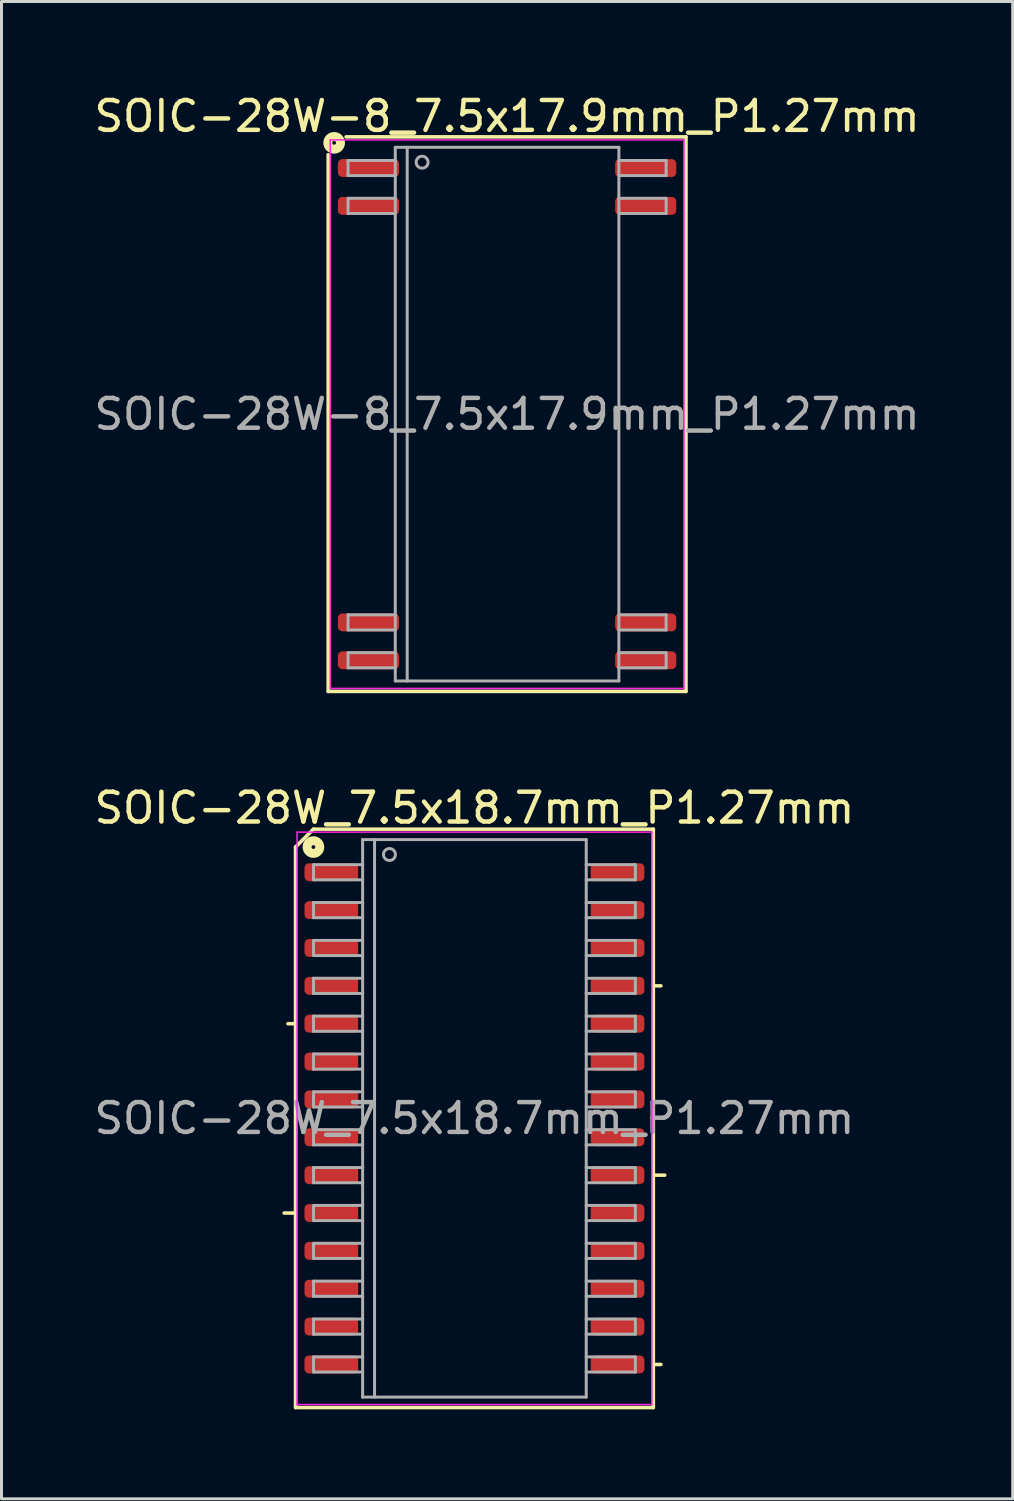
<source format=kicad_pcb>
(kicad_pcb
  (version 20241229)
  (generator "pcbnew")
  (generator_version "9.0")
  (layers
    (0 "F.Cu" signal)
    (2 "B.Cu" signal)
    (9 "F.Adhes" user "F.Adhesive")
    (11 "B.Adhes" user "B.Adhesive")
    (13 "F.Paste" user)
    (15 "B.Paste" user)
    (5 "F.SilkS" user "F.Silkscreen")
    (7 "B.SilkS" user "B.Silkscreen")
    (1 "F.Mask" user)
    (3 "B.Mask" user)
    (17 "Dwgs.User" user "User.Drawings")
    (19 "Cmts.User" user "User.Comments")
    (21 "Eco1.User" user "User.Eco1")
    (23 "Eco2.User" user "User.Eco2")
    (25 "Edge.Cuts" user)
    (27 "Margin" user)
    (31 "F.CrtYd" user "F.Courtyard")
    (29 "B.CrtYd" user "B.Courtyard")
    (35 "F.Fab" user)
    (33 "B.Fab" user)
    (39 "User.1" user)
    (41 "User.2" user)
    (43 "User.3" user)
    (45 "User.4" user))
  (footprint "SOIC-28W-8_7.5x17.9mm_P1.27mm"
    (layer "F.Cu")
    (at 13.958 10.841)
    (property "Reference" "SOIC-28W-8_7.5x17.9mm_P1.27mm" (at 0 -9.992 0) (layer "F.SilkS") (effects (font (size 1 1) (thickness 0.15))))
    (attr smd)
    (fp_line (start -6 -8.7) (end -6 9.3) (stroke (width 0.12) (type solid)) (layer "F.SilkS"))
    (fp_line (start -6 9.3) (end 6 9.3) (stroke (width 0.12) (type solid)) (layer "F.SilkS"))
    (fp_line (start 6 -9.3) (end -5.4 -9.3) (stroke (width 0.12) (type solid)) (layer "F.SilkS"))
    (fp_line (start 6 9.3) (end 6 -9.3) (stroke (width 0.12) (type solid)) (layer "F.SilkS"))
    (fp_circle (center -5.8 -9.1) (end -5.737 -9.1) (stroke (width 0.3) (type solid)) (fill no) (layer "F.SilkS"))
    (fp_line (start -5.93 -9.2) (end -5.93 9.2) (stroke (width 0.05) (type solid)) (layer "F.CrtYd"))
    (fp_line (start -5.93 9.2) (end 5.93 9.2) (stroke (width 0.05) (type solid)) (layer "F.CrtYd"))
    (fp_line (start 5.93 -9.2) (end -5.93 -9.2) (stroke (width 0.05) (type solid)) (layer "F.CrtYd"))
    (fp_line (start 5.93 9.2) (end 5.93 -9.2) (stroke (width 0.05) (type solid)) (layer "F.CrtYd"))
    (fp_line (start -5.334 -8.509) (end -5.334 -8.001) (stroke (width 0.1) (type solid)) (layer "F.Fab"))
    (fp_line (start -5.334 -8.509) (end -3.747 -8.509) (stroke (width 0.1) (type solid)) (layer "F.Fab"))
    (fp_line (start -5.334 -8.001) (end -3.747 -8.001) (stroke (width 0.1) (type solid)) (layer "F.Fab"))
    (fp_line (start -5.334 -7.239) (end -5.334 -6.731) (stroke (width 0.1) (type solid)) (layer "F.Fab"))
    (fp_line (start -5.334 -7.239) (end -3.747 -7.239) (stroke (width 0.1) (type solid)) (layer "F.Fab"))
    (fp_line (start -5.334 -6.731) (end -3.747 -6.731) (stroke (width 0.1) (type solid)) (layer "F.Fab"))
    (fp_line (start -5.334 6.731) (end -5.334 7.239) (stroke (width 0.1) (type solid)) (layer "F.Fab"))
    (fp_line (start -5.334 6.731) (end -3.747 6.731) (stroke (width 0.1) (type solid)) (layer "F.Fab"))
    (fp_line (start -5.334 7.239) (end -3.747 7.239) (stroke (width 0.1) (type solid)) (layer "F.Fab"))
    (fp_line (start -5.334 8.001) (end -5.334 8.509) (stroke (width 0.1) (type solid)) (layer "F.Fab"))
    (fp_line (start -5.334 8.001) (end -3.747 8.001) (stroke (width 0.1) (type solid)) (layer "F.Fab"))
    (fp_line (start -5.334 8.509) (end -3.747 8.509) (stroke (width 0.1) (type solid)) (layer "F.Fab"))
    (fp_line (start -3.75 -8.95) (end 3.75 -8.95) (stroke (width 0.1) (type solid)) (layer "F.Fab"))
    (fp_line (start -3.75 8.95) (end -3.75 -8.95) (stroke (width 0.1) (type solid)) (layer "F.Fab"))
    (fp_line (start -3.35 -8.95) (end -3.35 8.95) (stroke (width 0.1) (type solid)) (layer "F.Fab"))
    (fp_line (start 3.75 -8.95) (end 3.75 8.95) (stroke (width 0.1) (type solid)) (layer "F.Fab"))
    (fp_line (start 3.75 8.95) (end -3.75 8.95) (stroke (width 0.1) (type solid)) (layer "F.Fab"))
    (fp_line (start 5.334 -8.509) (end 3.747 -8.509) (stroke (width 0.1) (type solid)) (layer "F.Fab"))
    (fp_line (start 5.334 -8.001) (end 3.747 -8.001) (stroke (width 0.1) (type solid)) (layer "F.Fab"))
    (fp_line (start 5.334 -8.001) (end 5.334 -8.509) (stroke (width 0.1) (type solid)) (layer "F.Fab"))
    (fp_line (start 5.334 -7.239) (end 3.747 -7.239) (stroke (width 0.1) (type solid)) (layer "F.Fab"))
    (fp_line (start 5.334 -6.731) (end 3.747 -6.731) (stroke (width 0.1) (type solid)) (layer "F.Fab"))
    (fp_line (start 5.334 -6.731) (end 5.334 -7.239) (stroke (width 0.1) (type solid)) (layer "F.Fab"))
    (fp_line (start 5.334 6.731) (end 3.747 6.731) (stroke (width 0.1) (type solid)) (layer "F.Fab"))
    (fp_line (start 5.334 7.239) (end 3.747 7.239) (stroke (width 0.1) (type solid)) (layer "F.Fab"))
    (fp_line (start 5.334 7.239) (end 5.334 6.731) (stroke (width 0.1) (type solid)) (layer "F.Fab"))
    (fp_line (start 5.334 8.001) (end 3.747 8.001) (stroke (width 0.1) (type solid)) (layer "F.Fab"))
    (fp_line (start 5.334 8.509) (end 3.747 8.509) (stroke (width 0.1) (type solid)) (layer "F.Fab"))
    (fp_line (start 5.334 8.509) (end 5.334 8.001) (stroke (width 0.1) (type solid)) (layer "F.Fab"))
    (fp_circle (center -2.85 -8.45) (end -2.65 -8.45) (stroke (width 0.1) (type solid)) (fill no) (layer "F.Fab"))
    (fp_text user "${REFERENCE}" (at 0 0 0) (layer "F.Fab") (effects (font (size 1 1) (thickness 0.15))))
    (pad "1" smd roundrect (at -4.65 -8.255) (size 2.05 0.6) (layers "F.Cu" "F.Mask" "F.Paste") (roundrect_rratio 0.25))
    (pad "2" smd roundrect (at -4.65 -6.985) (size 2.05 0.6) (layers "F.Cu" "F.Mask" "F.Paste") (roundrect_rratio 0.25))
    (pad "13" smd roundrect (at -4.65 6.985) (size 2.05 0.6) (layers "F.Cu" "F.Mask" "F.Paste") (roundrect_rratio 0.25))
    (pad "14" smd roundrect (at -4.65 8.255) (size 2.05 0.6) (layers "F.Cu" "F.Mask" "F.Paste") (roundrect_rratio 0.25))
    (pad "15" smd roundrect (at 4.65 8.255) (size 2.05 0.6) (layers "F.Cu" "F.Mask" "F.Paste") (roundrect_rratio 0.25))
    (pad "16" smd roundrect (at 4.65 6.985) (size 2.05 0.6) (layers "F.Cu" "F.Mask" "F.Paste") (roundrect_rratio 0.25))
    (pad "27" smd roundrect (at 4.65 -6.985) (size 2.05 0.6) (layers "F.Cu" "F.Mask" "F.Paste") (roundrect_rratio 0.25))
    (pad "28" smd roundrect (at 4.65 -8.255) (size 2.05 0.6) (layers "F.Cu" "F.Mask" "F.Paste") (roundrect_rratio 0.25)))
  (footprint "SOIC-28W_7.5x18.7mm_P1.27mm"
    (layer "F.Cu")
    (at 12.863 34.461)
    (property "Reference" "SOIC-28W_7.5x18.7mm_P1.27mm" (at 0 -10.412 0) (layer "F.SilkS") (effects (font (size 1 1) (thickness 0.15))))
    (attr smd)
    (fp_line (start -6 -9.1) (end -6 9.7) (stroke (width 0.12) (type solid)) (layer "F.SilkS"))
    (fp_line (start -6 -9.1) (end -5.4 -9.7) (stroke (width 0.12) (type solid)) (layer "F.SilkS"))
    (fp_line (start -6 -3.175) (end -6.254 -3.175) (stroke (width 0.12) (type solid)) (layer "F.SilkS"))
    (fp_line (start -6 3.175) (end -6.381 3.175) (stroke (width 0.12) (type solid)) (layer "F.SilkS"))
    (fp_line (start -6 9.7) (end 6 9.7) (stroke (width 0.12) (type solid)) (layer "F.SilkS"))
    (fp_line (start 6 -9.7) (end -5.4 -9.7) (stroke (width 0.12) (type solid)) (layer "F.SilkS"))
    (fp_line (start 6 -4.445) (end 6.254 -4.445) (stroke (width 0.12) (type solid)) (layer "F.SilkS"))
    (fp_line (start 6 1.905) (end 6.381 1.905) (stroke (width 0.12) (type solid)) (layer "F.SilkS"))
    (fp_line (start 6 8.255) (end 6.254 8.255) (stroke (width 0.12) (type solid)) (layer "F.SilkS"))
    (fp_line (start 6 9.7) (end 6 -9.7) (stroke (width 0.12) (type solid)) (layer "F.SilkS"))
    (fp_circle (center -5.4 -9.1) (end -5.337 -9.1) (stroke (width 0.3) (type solid)) (fill no) (layer "F.SilkS"))
    (fp_line (start -5.95 -9.6) (end -5.95 9.6) (stroke (width 0.05) (type solid)) (layer "F.CrtYd"))
    (fp_line (start -5.95 9.6) (end 5.95 9.6) (stroke (width 0.05) (type solid)) (layer "F.CrtYd"))
    (fp_line (start 5.95 -9.6) (end -5.95 -9.6) (stroke (width 0.05) (type solid)) (layer "F.CrtYd"))
    (fp_line (start 5.95 9.6) (end 5.95 -9.6) (stroke (width 0.05) (type solid)) (layer "F.CrtYd"))
    (fp_line (start -5.397 -8.509) (end -5.397 -8.001) (stroke (width 0.1) (type solid)) (layer "F.Fab"))
    (fp_line (start -5.397 -8.509) (end -3.747 -8.509) (stroke (width 0.1) (type solid)) (layer "F.Fab"))
    (fp_line (start -5.397 -8.001) (end -3.747 -8.001) (stroke (width 0.1) (type solid)) (layer "F.Fab"))
    (fp_line (start -5.397 -7.239) (end -5.397 -6.731) (stroke (width 0.1) (type solid)) (layer "F.Fab"))
    (fp_line (start -5.397 -7.239) (end -3.747 -7.239) (stroke (width 0.1) (type solid)) (layer "F.Fab"))
    (fp_line (start -5.397 -6.731) (end -3.747 -6.731) (stroke (width 0.1) (type solid)) (layer "F.Fab"))
    (fp_line (start -5.397 -5.969) (end -5.397 -5.461) (stroke (width 0.1) (type solid)) (layer "F.Fab"))
    (fp_line (start -5.397 -5.969) (end -3.747 -5.969) (stroke (width 0.1) (type solid)) (layer "F.Fab"))
    (fp_line (start -5.397 -5.461) (end -3.747 -5.461) (stroke (width 0.1) (type solid)) (layer "F.Fab"))
    (fp_line (start -5.397 -4.699) (end -5.397 -4.191) (stroke (width 0.1) (type solid)) (layer "F.Fab"))
    (fp_line (start -5.397 -4.699) (end -3.747 -4.699) (stroke (width 0.1) (type solid)) (layer "F.Fab"))
    (fp_line (start -5.397 -4.191) (end -3.747 -4.191) (stroke (width 0.1) (type solid)) (layer "F.Fab"))
    (fp_line (start -5.397 -3.429) (end -5.397 -2.921) (stroke (width 0.1) (type solid)) (layer "F.Fab"))
    (fp_line (start -5.397 -3.429) (end -3.747 -3.429) (stroke (width 0.1) (type solid)) (layer "F.Fab"))
    (fp_line (start -5.397 -2.921) (end -3.747 -2.921) (stroke (width 0.1) (type solid)) (layer "F.Fab"))
    (fp_line (start -5.397 -2.159) (end -5.397 -1.651) (stroke (width 0.1) (type solid)) (layer "F.Fab"))
    (fp_line (start -5.397 -2.159) (end -3.747 -2.159) (stroke (width 0.1) (type solid)) (layer "F.Fab"))
    (fp_line (start -5.397 -1.651) (end -3.747 -1.651) (stroke (width 0.1) (type solid)) (layer "F.Fab"))
    (fp_line (start -5.397 -0.889) (end -5.397 -0.381) (stroke (width 0.1) (type solid)) (layer "F.Fab"))
    (fp_line (start -5.397 -0.889) (end -3.747 -0.889) (stroke (width 0.1) (type solid)) (layer "F.Fab"))
    (fp_line (start -5.397 -0.381) (end -3.747 -0.381) (stroke (width 0.1) (type solid)) (layer "F.Fab"))
    (fp_line (start -5.397 0.381) (end -5.397 0.889) (stroke (width 0.1) (type solid)) (layer "F.Fab"))
    (fp_line (start -5.397 0.381) (end -3.747 0.381) (stroke (width 0.1) (type solid)) (layer "F.Fab"))
    (fp_line (start -5.397 0.889) (end -3.747 0.889) (stroke (width 0.1) (type solid)) (layer "F.Fab"))
    (fp_line (start -5.397 1.651) (end -5.397 2.159) (stroke (width 0.1) (type solid)) (layer "F.Fab"))
    (fp_line (start -5.397 1.651) (end -3.747 1.651) (stroke (width 0.1) (type solid)) (layer "F.Fab"))
    (fp_line (start -5.397 2.159) (end -3.747 2.159) (stroke (width 0.1) (type solid)) (layer "F.Fab"))
    (fp_line (start -5.397 2.921) (end -5.397 3.429) (stroke (width 0.1) (type solid)) (layer "F.Fab"))
    (fp_line (start -5.397 2.921) (end -3.747 2.921) (stroke (width 0.1) (type solid)) (layer "F.Fab"))
    (fp_line (start -5.397 3.429) (end -3.747 3.429) (stroke (width 0.1) (type solid)) (layer "F.Fab"))
    (fp_line (start -5.397 4.191) (end -5.397 4.699) (stroke (width 0.1) (type solid)) (layer "F.Fab"))
    (fp_line (start -5.397 4.191) (end -3.747 4.191) (stroke (width 0.1) (type solid)) (layer "F.Fab"))
    (fp_line (start -5.397 4.699) (end -3.747 4.699) (stroke (width 0.1) (type solid)) (layer "F.Fab"))
    (fp_line (start -5.397 5.461) (end -5.397 5.969) (stroke (width 0.1) (type solid)) (layer "F.Fab"))
    (fp_line (start -5.397 5.461) (end -3.747 5.461) (stroke (width 0.1) (type solid)) (layer "F.Fab"))
    (fp_line (start -5.397 5.969) (end -3.747 5.969) (stroke (width 0.1) (type solid)) (layer "F.Fab"))
    (fp_line (start -5.397 6.731) (end -5.397 7.239) (stroke (width 0.1) (type solid)) (layer "F.Fab"))
    (fp_line (start -5.397 6.731) (end -3.747 6.731) (stroke (width 0.1) (type solid)) (layer "F.Fab"))
    (fp_line (start -5.397 7.239) (end -3.747 7.239) (stroke (width 0.1) (type solid)) (layer "F.Fab"))
    (fp_line (start -5.397 8.001) (end -5.397 8.509) (stroke (width 0.1) (type solid)) (layer "F.Fab"))
    (fp_line (start -5.397 8.001) (end -3.747 8.001) (stroke (width 0.1) (type solid)) (layer "F.Fab"))
    (fp_line (start -5.397 8.509) (end -3.747 8.509) (stroke (width 0.1) (type solid)) (layer "F.Fab"))
    (fp_line (start -3.75 -9.35) (end 3.75 -9.35) (stroke (width 0.1) (type solid)) (layer "F.Fab"))
    (fp_line (start -3.75 9.35) (end -3.75 -9.35) (stroke (width 0.1) (type solid)) (layer "F.Fab"))
    (fp_line (start -3.35 -9.35) (end -3.35 9.35) (stroke (width 0.1) (type solid)) (layer "F.Fab"))
    (fp_line (start 3.75 -9.35) (end 3.75 9.35) (stroke (width 0.1) (type solid)) (layer "F.Fab"))
    (fp_line (start 3.75 9.35) (end -3.75 9.35) (stroke (width 0.1) (type solid)) (layer "F.Fab"))
    (fp_line (start 5.397 -8.509) (end 3.747 -8.509) (stroke (width 0.1) (type solid)) (layer "F.Fab"))
    (fp_line (start 5.397 -8.001) (end 3.747 -8.001) (stroke (width 0.1) (type solid)) (layer "F.Fab"))
    (fp_line (start 5.397 -8.001) (end 5.397 -8.509) (stroke (width 0.1) (type solid)) (layer "F.Fab"))
    (fp_line (start 5.397 -7.239) (end 3.747 -7.239) (stroke (width 0.1) (type solid)) (layer "F.Fab"))
    (fp_line (start 5.397 -6.731) (end 3.747 -6.731) (stroke (width 0.1) (type solid)) (layer "F.Fab"))
    (fp_line (start 5.397 -6.731) (end 5.397 -7.239) (stroke (width 0.1) (type solid)) (layer "F.Fab"))
    (fp_line (start 5.397 -5.969) (end 3.747 -5.969) (stroke (width 0.1) (type solid)) (layer "F.Fab"))
    (fp_line (start 5.397 -5.461) (end 3.747 -5.461) (stroke (width 0.1) (type solid)) (layer "F.Fab"))
    (fp_line (start 5.397 -5.461) (end 5.397 -5.969) (stroke (width 0.1) (type solid)) (layer "F.Fab"))
    (fp_line (start 5.397 -4.699) (end 3.747 -4.699) (stroke (width 0.1) (type solid)) (layer "F.Fab"))
    (fp_line (start 5.397 -4.191) (end 3.747 -4.191) (stroke (width 0.1) (type solid)) (layer "F.Fab"))
    (fp_line (start 5.397 -4.191) (end 5.397 -4.699) (stroke (width 0.1) (type solid)) (layer "F.Fab"))
    (fp_line (start 5.397 -3.429) (end 3.747 -3.429) (stroke (width 0.1) (type solid)) (layer "F.Fab"))
    (fp_line (start 5.397 -2.921) (end 3.747 -2.921) (stroke (width 0.1) (type solid)) (layer "F.Fab"))
    (fp_line (start 5.397 -2.921) (end 5.397 -3.429) (stroke (width 0.1) (type solid)) (layer "F.Fab"))
    (fp_line (start 5.397 -2.159) (end 3.747 -2.159) (stroke (width 0.1) (type solid)) (layer "F.Fab"))
    (fp_line (start 5.397 -1.651) (end 3.747 -1.651) (stroke (width 0.1) (type solid)) (layer "F.Fab"))
    (fp_line (start 5.397 -1.651) (end 5.397 -2.159) (stroke (width 0.1) (type solid)) (layer "F.Fab"))
    (fp_line (start 5.397 -0.889) (end 3.747 -0.889) (stroke (width 0.1) (type solid)) (layer "F.Fab"))
    (fp_line (start 5.397 -0.381) (end 3.747 -0.381) (stroke (width 0.1) (type solid)) (layer "F.Fab"))
    (fp_line (start 5.397 -0.381) (end 5.397 -0.889) (stroke (width 0.1) (type solid)) (layer "F.Fab"))
    (fp_line (start 5.397 0.381) (end 3.747 0.381) (stroke (width 0.1) (type solid)) (layer "F.Fab"))
    (fp_line (start 5.397 0.889) (end 3.747 0.889) (stroke (width 0.1) (type solid)) (layer "F.Fab"))
    (fp_line (start 5.397 0.889) (end 5.397 0.381) (stroke (width 0.1) (type solid)) (layer "F.Fab"))
    (fp_line (start 5.397 1.651) (end 3.747 1.651) (stroke (width 0.1) (type solid)) (layer "F.Fab"))
    (fp_line (start 5.397 2.159) (end 3.747 2.159) (stroke (width 0.1) (type solid)) (layer "F.Fab"))
    (fp_line (start 5.397 2.159) (end 5.397 1.651) (stroke (width 0.1) (type solid)) (layer "F.Fab"))
    (fp_line (start 5.397 2.921) (end 3.747 2.921) (stroke (width 0.1) (type solid)) (layer "F.Fab"))
    (fp_line (start 5.397 3.429) (end 3.747 3.429) (stroke (width 0.1) (type solid)) (layer "F.Fab"))
    (fp_line (start 5.397 3.429) (end 5.397 2.921) (stroke (width 0.1) (type solid)) (layer "F.Fab"))
    (fp_line (start 5.397 4.191) (end 3.747 4.191) (stroke (width 0.1) (type solid)) (layer "F.Fab"))
    (fp_line (start 5.397 4.699) (end 3.747 4.699) (stroke (width 0.1) (type solid)) (layer "F.Fab"))
    (fp_line (start 5.397 4.699) (end 5.397 4.191) (stroke (width 0.1) (type solid)) (layer "F.Fab"))
    (fp_line (start 5.397 5.461) (end 3.747 5.461) (stroke (width 0.1) (type solid)) (layer "F.Fab"))
    (fp_line (start 5.397 5.969) (end 3.747 5.969) (stroke (width 0.1) (type solid)) (layer "F.Fab"))
    (fp_line (start 5.397 5.969) (end 5.397 5.461) (stroke (width 0.1) (type solid)) (layer "F.Fab"))
    (fp_line (start 5.397 6.731) (end 3.747 6.731) (stroke (width 0.1) (type solid)) (layer "F.Fab"))
    (fp_line (start 5.397 7.239) (end 3.747 7.239) (stroke (width 0.1) (type solid)) (layer "F.Fab"))
    (fp_line (start 5.397 7.239) (end 5.397 6.731) (stroke (width 0.1) (type solid)) (layer "F.Fab"))
    (fp_line (start 5.397 8.001) (end 3.747 8.001) (stroke (width 0.1) (type solid)) (layer "F.Fab"))
    (fp_line (start 5.397 8.509) (end 3.747 8.509) (stroke (width 0.1) (type solid)) (layer "F.Fab"))
    (fp_line (start 5.397 8.509) (end 5.397 8.001) (stroke (width 0.1) (type solid)) (layer "F.Fab"))
    (fp_circle (center -2.85 -8.85) (end -2.65 -8.85) (stroke (width 0.1) (type solid)) (fill no) (layer "F.Fab"))
    (fp_text user "${REFERENCE}" (at 0 0 0) (layer "F.Fab") (effects (font (size 1 1) (thickness 0.15))))
    (pad "1" smd roundrect (at -4.8 -8.255) (size 1.8 0.6) (layers "F.Cu" "F.Mask" "F.Paste") (roundrect_rratio 0.25))
    (pad "2" smd roundrect (at -4.8 -6.985) (size 1.8 0.6) (layers "F.Cu" "F.Mask" "F.Paste") (roundrect_rratio 0.25))
    (pad "3" smd roundrect (at -4.8 -5.715) (size 1.8 0.6) (layers "F.Cu" "F.Mask" "F.Paste") (roundrect_rratio 0.25))
    (pad "4" smd roundrect (at -4.8 -4.445) (size 1.8 0.6) (layers "F.Cu" "F.Mask" "F.Paste") (roundrect_rratio 0.25))
    (pad "5" smd roundrect (at -4.8 -3.175) (size 1.8 0.6) (layers "F.Cu" "F.Mask" "F.Paste") (roundrect_rratio 0.25))
    (pad "6" smd roundrect (at -4.8 -1.905) (size 1.8 0.6) (layers "F.Cu" "F.Mask" "F.Paste") (roundrect_rratio 0.25))
    (pad "7" smd roundrect (at -4.8 -0.635) (size 1.8 0.6) (layers "F.Cu" "F.Mask" "F.Paste") (roundrect_rratio 0.25))
    (pad "8" smd roundrect (at -4.8 0.635) (size 1.8 0.6) (layers "F.Cu" "F.Mask" "F.Paste") (roundrect_rratio 0.25))
    (pad "9" smd roundrect (at -4.8 1.905) (size 1.8 0.6) (layers "F.Cu" "F.Mask" "F.Paste") (roundrect_rratio 0.25))
    (pad "10" smd roundrect (at -4.8 3.175) (size 1.8 0.6) (layers "F.Cu" "F.Mask" "F.Paste") (roundrect_rratio 0.25))
    (pad "11" smd roundrect (at -4.8 4.445) (size 1.8 0.6) (layers "F.Cu" "F.Mask" "F.Paste") (roundrect_rratio 0.25))
    (pad "12" smd roundrect (at -4.8 5.715) (size 1.8 0.6) (layers "F.Cu" "F.Mask" "F.Paste") (roundrect_rratio 0.25))
    (pad "13" smd roundrect (at -4.8 6.985) (size 1.8 0.6) (layers "F.Cu" "F.Mask" "F.Paste") (roundrect_rratio 0.25))
    (pad "14" smd roundrect (at -4.8 8.255) (size 1.8 0.6) (layers "F.Cu" "F.Mask" "F.Paste") (roundrect_rratio 0.25))
    (pad "15" smd roundrect (at 4.8 8.255) (size 1.8 0.6) (layers "F.Cu" "F.Mask" "F.Paste") (roundrect_rratio 0.25))
    (pad "16" smd roundrect (at 4.8 6.985) (size 1.8 0.6) (layers "F.Cu" "F.Mask" "F.Paste") (roundrect_rratio 0.25))
    (pad "17" smd roundrect (at 4.8 5.715) (size 1.8 0.6) (layers "F.Cu" "F.Mask" "F.Paste") (roundrect_rratio 0.25))
    (pad "18" smd roundrect (at 4.8 4.445) (size 1.8 0.6) (layers "F.Cu" "F.Mask" "F.Paste") (roundrect_rratio 0.25))
    (pad "19" smd roundrect (at 4.8 3.175) (size 1.8 0.6) (layers "F.Cu" "F.Mask" "F.Paste") (roundrect_rratio 0.25))
    (pad "20" smd roundrect (at 4.8 1.905) (size 1.8 0.6) (layers "F.Cu" "F.Mask" "F.Paste") (roundrect_rratio 0.25))
    (pad "21" smd roundrect (at 4.8 0.635) (size 1.8 0.6) (layers "F.Cu" "F.Mask" "F.Paste") (roundrect_rratio 0.25))
    (pad "22" smd roundrect (at 4.8 -0.635) (size 1.8 0.6) (layers "F.Cu" "F.Mask" "F.Paste") (roundrect_rratio 0.25))
    (pad "23" smd roundrect (at 4.8 -1.905) (size 1.8 0.6) (layers "F.Cu" "F.Mask" "F.Paste") (roundrect_rratio 0.25))
    (pad "24" smd roundrect (at 4.8 -3.175) (size 1.8 0.6) (layers "F.Cu" "F.Mask" "F.Paste") (roundrect_rratio 0.25))
    (pad "25" smd roundrect (at 4.8 -4.445) (size 1.8 0.6) (layers "F.Cu" "F.Mask" "F.Paste") (roundrect_rratio 0.25))
    (pad "26" smd roundrect (at 4.8 -5.715) (size 1.8 0.6) (layers "F.Cu" "F.Mask" "F.Paste") (roundrect_rratio 0.25))
    (pad "27" smd roundrect (at 4.8 -6.985) (size 1.8 0.6) (layers "F.Cu" "F.Mask" "F.Paste") (roundrect_rratio 0.25))
    (pad "28" smd roundrect (at 4.8 -8.255) (size 1.8 0.6) (layers "F.Cu" "F.Mask" "F.Paste") (roundrect_rratio 0.25)))
  (gr_rect
    (start -3 -3)
    (end 30.917 47.221)
    (stroke (width 0.1) (type default))
    (fill no)
    (layer "Edge.Cuts")))
</source>
